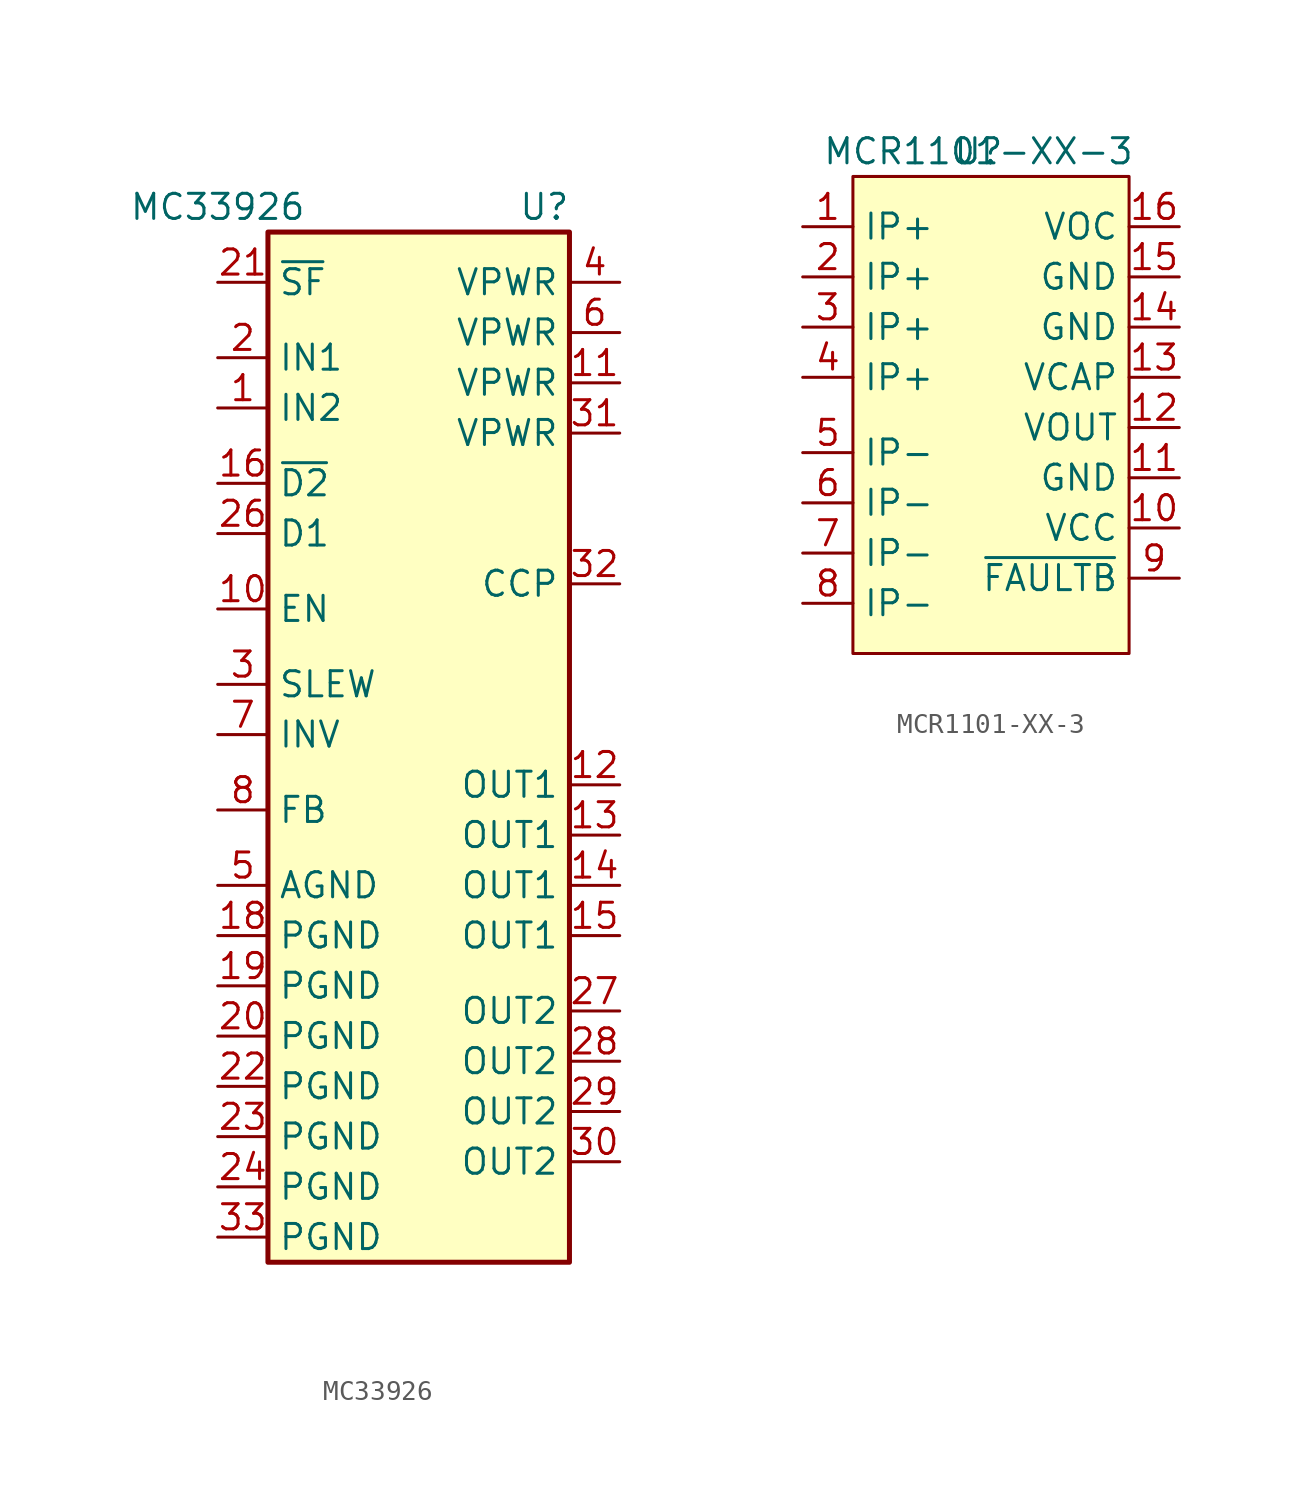
<source format=kicad_sym>
(kicad_symbol_lib
  (version 20211014)
  (generator kicad_symbol_editor)
  (symbol "MC33926"
    (property "Reference" "U"
      (at 6.35 11.43 0)
      (effects (font (size 1.27 1.27))))
    (property "Value" "MC33926"
      (at -10.16 11.43 0)
      (effects (font (size 1.27 1.27))))
    (symbol "MC33926_0_1"
      (rectangle (start -7.62 10.16) (end 7.62 -41.91) (stroke (width 0.254) (type default) (color 0 0 0 0)) (fill (type background))))
    (symbol "MC33926_1_1"
      (pin input line (at -10.16 1.27 0) (length 2.54) (name "IN2" (effects (font (size 1.27 1.27)))) (number "1" (effects (font (size 1.27 1.27)))))
      (pin input line (at -10.16 -8.89 0) (length 2.54) (name "EN" (effects (font (size 1.27 1.27)))) (number "10" (effects (font (size 1.27 1.27)))))
      (pin power_in line (at 10.16 2.54 180) (length 2.54) (name "VPWR" (effects (font (size 1.27 1.27)))) (number "11" (effects (font (size 1.27 1.27)))))
      (pin output line (at 10.16 -17.78 180) (length 2.54) (name "OUT1" (effects (font (size 1.27 1.27)))) (number "12" (effects (font (size 1.27 1.27)))))
      (pin output line (at 10.16 -20.32 180) (length 2.54) (name "OUT1" (effects (font (size 1.27 1.27)))) (number "13" (effects (font (size 1.27 1.27)))))
      (pin output line (at 10.16 -22.86 180) (length 2.54) (name "OUT1" (effects (font (size 1.27 1.27)))) (number "14" (effects (font (size 1.27 1.27)))))
      (pin output line (at 10.16 -25.4 180) (length 2.54) (name "OUT1" (effects (font (size 1.27 1.27)))) (number "15" (effects (font (size 1.27 1.27)))))
      (pin input line (at -10.16 -2.54 0) (length 2.54) (name "~{D2}" (effects (font (size 1.27 1.27)))) (number "16" (effects (font (size 1.27 1.27)))))
      (pin power_in line (at -10.16 -25.4 0) (length 2.54) (name "PGND" (effects (font (size 1.27 1.27)))) (number "18" (effects (font (size 1.27 1.27)))))
      (pin power_in line (at -10.16 -27.94 0) (length 2.54) (name "PGND" (effects (font (size 1.27 1.27)))) (number "19" (effects (font (size 1.27 1.27)))))
      (pin input line (at -10.16 3.81 0) (length 2.54) (name "IN1" (effects (font (size 1.27 1.27)))) (number "2" (effects (font (size 1.27 1.27)))))
      (pin power_in line (at -10.16 -30.48 0) (length 2.54) (name "PGND" (effects (font (size 1.27 1.27)))) (number "20" (effects (font (size 1.27 1.27)))))
      (pin output line (at -10.16 7.62 0) (length 2.54) (name "~{SF}" (effects (font (size 1.27 1.27)))) (number "21" (effects (font (size 1.27 1.27)))))
      (pin power_in line (at -10.16 -33.02 0) (length 2.54) (name "PGND" (effects (font (size 1.27 1.27)))) (number "22" (effects (font (size 1.27 1.27)))))
      (pin power_in line (at -10.16 -35.56 0) (length 2.54) (name "PGND" (effects (font (size 1.27 1.27)))) (number "23" (effects (font (size 1.27 1.27)))))
      (pin power_in line (at -10.16 -38.1 0) (length 2.54) (name "PGND" (effects (font (size 1.27 1.27)))) (number "24" (effects (font (size 1.27 1.27)))))
      (pin input line (at -10.16 -5.08 0) (length 2.54) (name "D1" (effects (font (size 1.27 1.27)))) (number "26" (effects (font (size 1.27 1.27)))))
      (pin output line (at 10.16 -29.21 180) (length 2.54) (name "OUT2" (effects (font (size 1.27 1.27)))) (number "27" (effects (font (size 1.27 1.27)))))
      (pin output line (at 10.16 -31.75 180) (length 2.54) (name "OUT2" (effects (font (size 1.27 1.27)))) (number "28" (effects (font (size 1.27 1.27)))))
      (pin output line (at 10.16 -34.29 180) (length 2.54) (name "OUT2" (effects (font (size 1.27 1.27)))) (number "29" (effects (font (size 1.27 1.27)))))
      (pin input line (at -10.16 -12.7 0) (length 2.54) (name "SLEW" (effects (font (size 1.27 1.27)))) (number "3" (effects (font (size 1.27 1.27)))))
      (pin output line (at 10.16 -36.83 180) (length 2.54) (name "OUT2" (effects (font (size 1.27 1.27)))) (number "30" (effects (font (size 1.27 1.27)))))
      (pin power_in line (at 10.16 0 180) (length 2.54) (name "VPWR" (effects (font (size 1.27 1.27)))) (number "31" (effects (font (size 1.27 1.27)))))
      (pin input line (at 10.16 -7.62 180) (length 2.54) (name "CCP" (effects (font (size 1.27 1.27)))) (number "32" (effects (font (size 1.27 1.27)))))
      (pin power_in line (at -10.16 -40.64 0) (length 2.54) (name "PGND" (effects (font (size 1.27 1.27)))) (number "33" (effects (font (size 1.27 1.27)))))
      (pin power_in line (at 10.16 7.62 180) (length 2.54) (name "VPWR" (effects (font (size 1.27 1.27)))) (number "4" (effects (font (size 1.27 1.27)))))
      (pin power_in line (at -10.16 -22.86 0) (length 2.54) (name "AGND" (effects (font (size 1.27 1.27)))) (number "5" (effects (font (size 1.27 1.27)))))
      (pin power_in line (at 10.16 5.08 180) (length 2.54) (name "VPWR" (effects (font (size 1.27 1.27)))) (number "6" (effects (font (size 1.27 1.27)))))
      (pin input line (at -10.16 -15.24 0) (length 2.54) (name "INV" (effects (font (size 1.27 1.27)))) (number "7" (effects (font (size 1.27 1.27)))))
      (pin output line (at -10.16 -19.05 0) (length 2.54) (name "FB" (effects (font (size 1.27 1.27)))) (number "8" (effects (font (size 1.27 1.27)))))))
  (symbol "MCR1101-XX-3"
    (property "Reference" "U"
      (at 0 0 0)
      (effects (font (size 1.27 1.27))))
    (property "Value" "MCR1101-XX-3"
      (at 0 0 0)
      (effects (font (size 1.27 1.27))))
    (symbol "MCR1101-XX-3_0_1"
      (rectangle (start -6.35 -1.27) (end 7.62 -25.4) (stroke (width 0) (type default) (color 0 0 0 0)) (fill (type background))))
    (symbol "MCR1101-XX-3_1_1"
      (pin power_in line (at -8.89 -3.81 0) (length 2.54) (name "IP+" (effects (font (size 1.27 1.27)))) (number "1" (effects (font (size 1.27 1.27)))))
      (pin power_in line (at 10.16 -19.05 180) (length 2.54) (name "VCC" (effects (font (size 1.27 1.27)))) (number "10" (effects (font (size 1.27 1.27)))))
      (pin power_in line (at 10.16 -16.51 180) (length 2.54) (name "GND" (effects (font (size 1.27 1.27)))) (number "11" (effects (font (size 1.27 1.27)))))
      (pin output line (at 10.16 -13.97 180) (length 2.54) (name "VOUT" (effects (font (size 1.27 1.27)))) (number "12" (effects (font (size 1.27 1.27)))))
      (pin input line (at 10.16 -11.43 180) (length 2.54) (name "VCAP" (effects (font (size 1.27 1.27)))) (number "13" (effects (font (size 1.27 1.27)))))
      (pin power_in line (at 10.16 -8.89 180) (length 2.54) (name "GND" (effects (font (size 1.27 1.27)))) (number "14" (effects (font (size 1.27 1.27)))))
      (pin power_in line (at 10.16 -6.35 180) (length 2.54) (name "GND" (effects (font (size 1.27 1.27)))) (number "15" (effects (font (size 1.27 1.27)))))
      (pin input line (at 10.16 -3.81 180) (length 2.54) (name "VOC" (effects (font (size 1.27 1.27)))) (number "16" (effects (font (size 1.27 1.27)))))
      (pin power_in line (at -8.89 -6.35 0) (length 2.54) (name "IP+" (effects (font (size 1.27 1.27)))) (number "2" (effects (font (size 1.27 1.27)))))
      (pin power_in line (at -8.89 -8.89 0) (length 2.54) (name "IP+" (effects (font (size 1.27 1.27)))) (number "3" (effects (font (size 1.27 1.27)))))
      (pin power_in line (at -8.89 -11.43 0) (length 2.54) (name "IP+" (effects (font (size 1.27 1.27)))) (number "4" (effects (font (size 1.27 1.27)))))
      (pin power_out line (at -8.89 -15.24 0) (length 2.54) (name "IP-" (effects (font (size 1.27 1.27)))) (number "5" (effects (font (size 1.27 1.27)))))
      (pin power_out line (at -8.89 -17.78 0) (length 2.54) (name "IP-" (effects (font (size 1.27 1.27)))) (number "6" (effects (font (size 1.27 1.27)))))
      (pin power_out line (at -8.89 -20.32 0) (length 2.54) (name "IP-" (effects (font (size 1.27 1.27)))) (number "7" (effects (font (size 1.27 1.27)))))
      (pin power_out line (at -8.89 -22.86 0) (length 2.54) (name "IP-" (effects (font (size 1.27 1.27)))) (number "8" (effects (font (size 1.27 1.27)))))
      (pin output line (at 10.16 -21.59 180) (length 2.54) (name "~{FAULTB}" (effects (font (size 1.27 1.27)))) (number "9" (effects (font (size 1.27 1.27))))))))
</source>
